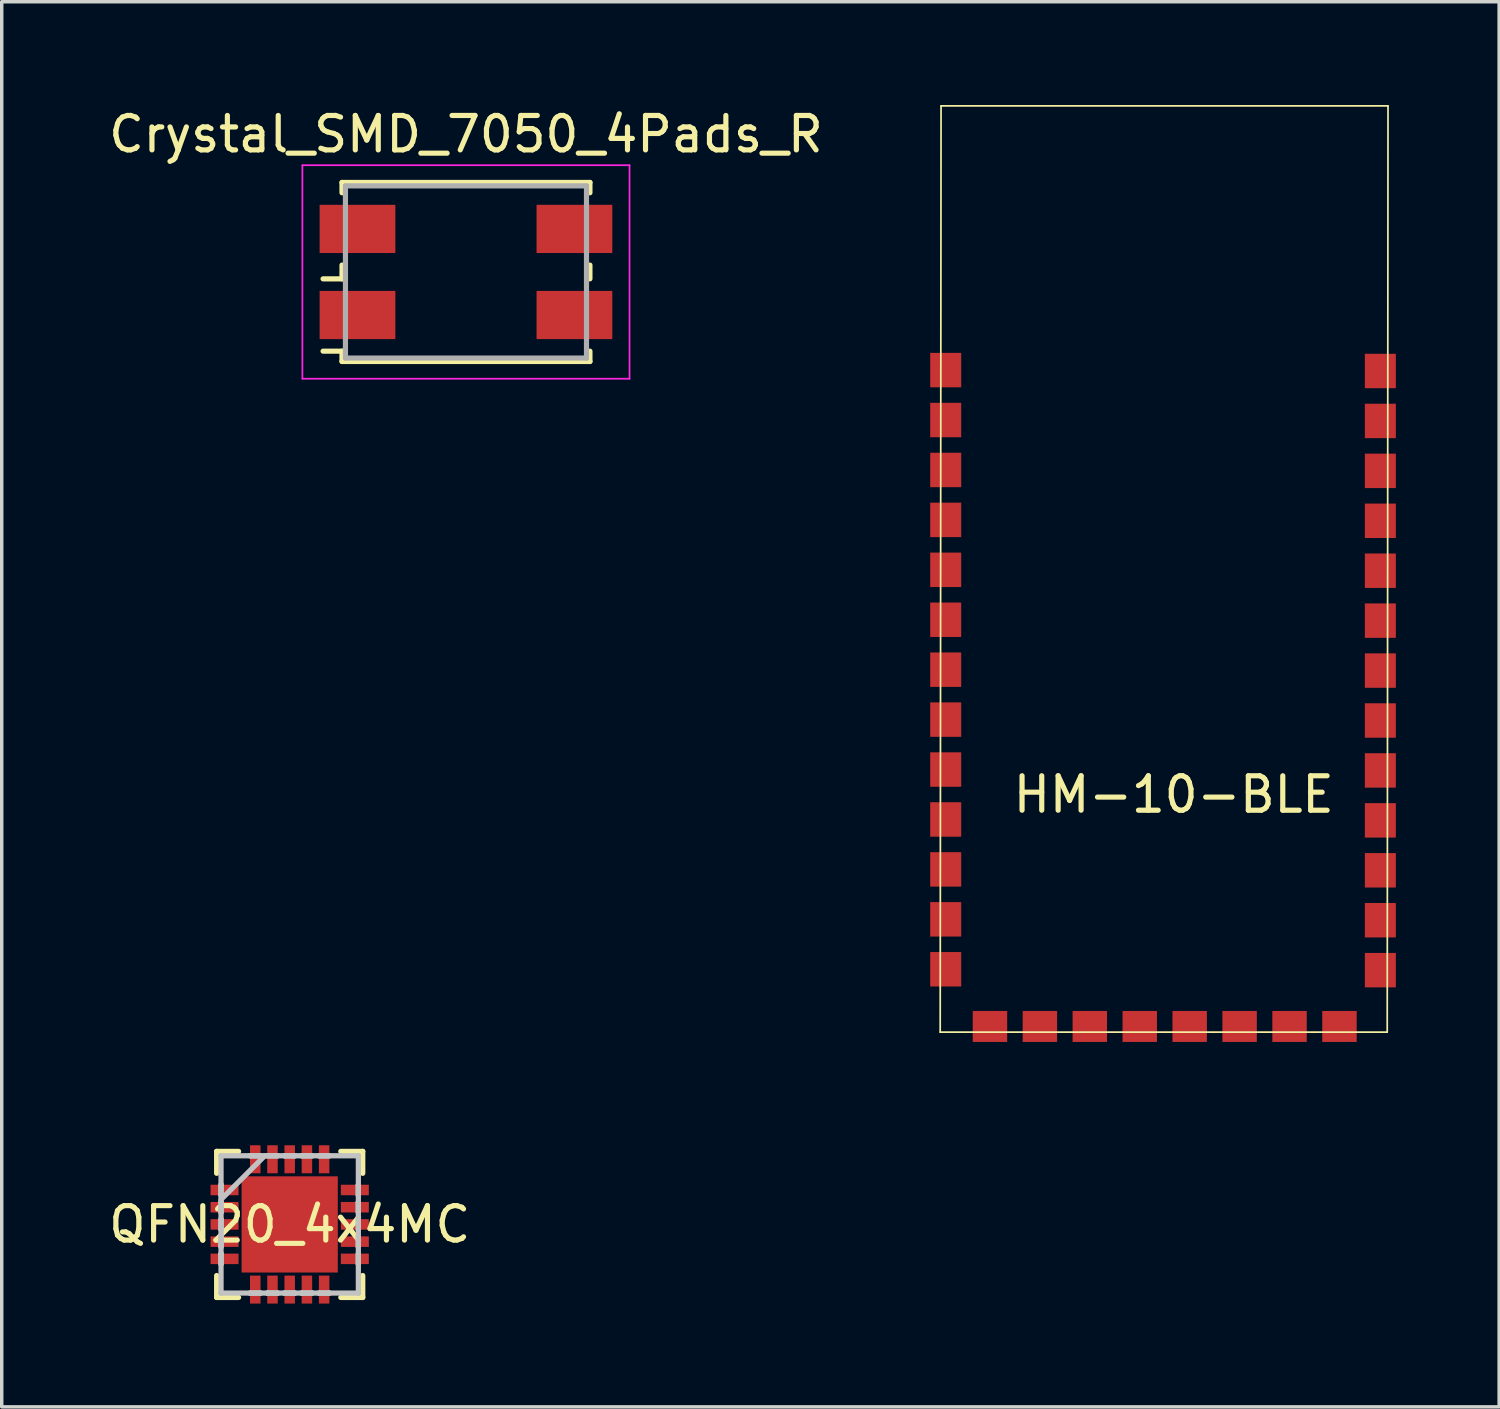
<source format=kicad_pcb>
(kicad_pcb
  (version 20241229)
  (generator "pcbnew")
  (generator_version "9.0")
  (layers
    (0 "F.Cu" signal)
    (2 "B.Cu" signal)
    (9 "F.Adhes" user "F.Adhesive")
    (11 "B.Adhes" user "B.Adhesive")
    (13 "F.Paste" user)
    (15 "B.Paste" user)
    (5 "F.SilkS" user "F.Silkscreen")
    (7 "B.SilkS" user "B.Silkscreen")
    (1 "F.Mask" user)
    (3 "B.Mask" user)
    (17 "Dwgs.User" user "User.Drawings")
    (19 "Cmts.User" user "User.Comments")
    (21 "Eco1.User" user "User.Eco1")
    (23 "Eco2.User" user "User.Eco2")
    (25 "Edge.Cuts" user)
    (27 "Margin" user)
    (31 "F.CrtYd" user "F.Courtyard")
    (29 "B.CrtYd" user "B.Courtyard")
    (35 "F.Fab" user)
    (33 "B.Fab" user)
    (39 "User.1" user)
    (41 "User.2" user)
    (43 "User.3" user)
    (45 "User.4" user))
  (footprint "QFN20_4x4MC"
    (layer "F.Cu")
    (at 5.363 32.508)
    (property "Reference" "QFN20_4x4MC" (at 0 0 0) (layer "F.SilkS") (effects (font (size 1 1) (thickness 0.15))))
    (attr through_hole)
    (fp_line (start -2.121 -2.121) (end -2.121 -1.485) (stroke (width 0.152) (type solid)) (layer "F.SilkS"))
    (fp_line (start -2.121 1.485) (end -2.121 2.121) (stroke (width 0.152) (type solid)) (layer "F.SilkS"))
    (fp_line (start -2.121 2.121) (end -1.485 2.121) (stroke (width 0.152) (type solid)) (layer "F.SilkS"))
    (fp_line (start -1.485 -2.121) (end -2.121 -2.121) (stroke (width 0.152) (type solid)) (layer "F.SilkS"))
    (fp_line (start 1.485 2.121) (end 2.121 2.121) (stroke (width 0.152) (type solid)) (layer "F.SilkS"))
    (fp_line (start 2.121 -2.121) (end 1.485 -2.121) (stroke (width 0.152) (type solid)) (layer "F.SilkS"))
    (fp_line (start 2.121 -1.485) (end 2.121 -2.121) (stroke (width 0.152) (type solid)) (layer "F.SilkS"))
    (fp_line (start 2.121 2.121) (end 2.121 1.485) (stroke (width 0.152) (type solid)) (layer "F.SilkS"))
    (fp_line (start -1.994 -1.994) (end -1.994 -1.994) (stroke (width 0.152) (type solid)) (layer "Dwgs.User"))
    (fp_line (start -1.994 -1.994) (end -1.994 1.994) (stroke (width 0.152) (type solid)) (layer "Dwgs.User"))
    (fp_line (start -1.994 -1.152) (end -1.994 -1.152) (stroke (width 0.152) (type solid)) (layer "Dwgs.User"))
    (fp_line (start -1.994 -1.152) (end -1.994 -0.848) (stroke (width 0.152) (type solid)) (layer "Dwgs.User"))
    (fp_line (start -1.994 -0.848) (end -1.994 -1.152) (stroke (width 0.152) (type solid)) (layer "Dwgs.User"))
    (fp_line (start -1.994 -0.848) (end -1.994 -0.848) (stroke (width 0.152) (type solid)) (layer "Dwgs.User"))
    (fp_line (start -1.994 -0.724) (end -0.724 -1.994) (stroke (width 0.152) (type solid)) (layer "Dwgs.User"))
    (fp_line (start -1.994 -0.652) (end -1.994 -0.652) (stroke (width 0.152) (type solid)) (layer "Dwgs.User"))
    (fp_line (start -1.994 -0.652) (end -1.994 -0.348) (stroke (width 0.152) (type solid)) (layer "Dwgs.User"))
    (fp_line (start -1.994 -0.348) (end -1.994 -0.652) (stroke (width 0.152) (type solid)) (layer "Dwgs.User"))
    (fp_line (start -1.994 -0.348) (end -1.994 -0.348) (stroke (width 0.152) (type solid)) (layer "Dwgs.User"))
    (fp_line (start -1.994 -0.152) (end -1.994 -0.152) (stroke (width 0.152) (type solid)) (layer "Dwgs.User"))
    (fp_line (start -1.994 -0.152) (end -1.994 0.152) (stroke (width 0.152) (type solid)) (layer "Dwgs.User"))
    (fp_line (start -1.994 0.152) (end -1.994 -0.152) (stroke (width 0.152) (type solid)) (layer "Dwgs.User"))
    (fp_line (start -1.994 0.152) (end -1.994 0.152) (stroke (width 0.152) (type solid)) (layer "Dwgs.User"))
    (fp_line (start -1.994 0.348) (end -1.994 0.348) (stroke (width 0.152) (type solid)) (layer "Dwgs.User"))
    (fp_line (start -1.994 0.348) (end -1.994 0.652) (stroke (width 0.152) (type solid)) (layer "Dwgs.User"))
    (fp_line (start -1.994 0.652) (end -1.994 0.348) (stroke (width 0.152) (type solid)) (layer "Dwgs.User"))
    (fp_line (start -1.994 0.652) (end -1.994 0.652) (stroke (width 0.152) (type solid)) (layer "Dwgs.User"))
    (fp_line (start -1.994 0.848) (end -1.994 0.848) (stroke (width 0.152) (type solid)) (layer "Dwgs.User"))
    (fp_line (start -1.994 0.848) (end -1.994 1.152) (stroke (width 0.152) (type solid)) (layer "Dwgs.User"))
    (fp_line (start -1.994 1.152) (end -1.994 0.848) (stroke (width 0.152) (type solid)) (layer "Dwgs.User"))
    (fp_line (start -1.994 1.152) (end -1.994 1.152) (stroke (width 0.152) (type solid)) (layer "Dwgs.User"))
    (fp_line (start -1.994 1.994) (end -1.994 1.994) (stroke (width 0.152) (type solid)) (layer "Dwgs.User"))
    (fp_line (start -1.994 1.994) (end 1.994 1.994) (stroke (width 0.152) (type solid)) (layer "Dwgs.User"))
    (fp_line (start -1.152 -1.994) (end -1.152 -1.994) (stroke (width 0.152) (type solid)) (layer "Dwgs.User"))
    (fp_line (start -1.152 -1.994) (end -0.848 -1.994) (stroke (width 0.152) (type solid)) (layer "Dwgs.User"))
    (fp_line (start -1.152 1.994) (end -1.152 1.994) (stroke (width 0.152) (type solid)) (layer "Dwgs.User"))
    (fp_line (start -1.152 1.994) (end -0.848 1.994) (stroke (width 0.152) (type solid)) (layer "Dwgs.User"))
    (fp_line (start -0.848 -1.994) (end -1.152 -1.994) (stroke (width 0.152) (type solid)) (layer "Dwgs.User"))
    (fp_line (start -0.848 -1.994) (end -0.848 -1.994) (stroke (width 0.152) (type solid)) (layer "Dwgs.User"))
    (fp_line (start -0.848 1.994) (end -1.152 1.994) (stroke (width 0.152) (type solid)) (layer "Dwgs.User"))
    (fp_line (start -0.848 1.994) (end -0.848 1.994) (stroke (width 0.152) (type solid)) (layer "Dwgs.User"))
    (fp_line (start -0.652 -1.994) (end -0.652 -1.994) (stroke (width 0.152) (type solid)) (layer "Dwgs.User"))
    (fp_line (start -0.652 -1.994) (end -0.348 -1.994) (stroke (width 0.152) (type solid)) (layer "Dwgs.User"))
    (fp_line (start -0.652 1.994) (end -0.652 1.994) (stroke (width 0.152) (type solid)) (layer "Dwgs.User"))
    (fp_line (start -0.652 1.994) (end -0.348 1.994) (stroke (width 0.152) (type solid)) (layer "Dwgs.User"))
    (fp_line (start -0.348 -1.994) (end -0.652 -1.994) (stroke (width 0.152) (type solid)) (layer "Dwgs.User"))
    (fp_line (start -0.348 -1.994) (end -0.348 -1.994) (stroke (width 0.152) (type solid)) (layer "Dwgs.User"))
    (fp_line (start -0.348 1.994) (end -0.652 1.994) (stroke (width 0.152) (type solid)) (layer "Dwgs.User"))
    (fp_line (start -0.348 1.994) (end -0.348 1.994) (stroke (width 0.152) (type solid)) (layer "Dwgs.User"))
    (fp_line (start -0.152 -1.994) (end -0.152 -1.994) (stroke (width 0.152) (type solid)) (layer "Dwgs.User"))
    (fp_line (start -0.152 -1.994) (end 0.152 -1.994) (stroke (width 0.152) (type solid)) (layer "Dwgs.User"))
    (fp_line (start -0.152 1.994) (end -0.152 1.994) (stroke (width 0.152) (type solid)) (layer "Dwgs.User"))
    (fp_line (start -0.152 1.994) (end 0.152 1.994) (stroke (width 0.152) (type solid)) (layer "Dwgs.User"))
    (fp_line (start 0.152 -1.994) (end -0.152 -1.994) (stroke (width 0.152) (type solid)) (layer "Dwgs.User"))
    (fp_line (start 0.152 -1.994) (end 0.152 -1.994) (stroke (width 0.152) (type solid)) (layer "Dwgs.User"))
    (fp_line (start 0.152 1.994) (end -0.152 1.994) (stroke (width 0.152) (type solid)) (layer "Dwgs.User"))
    (fp_line (start 0.152 1.994) (end 0.152 1.994) (stroke (width 0.152) (type solid)) (layer "Dwgs.User"))
    (fp_line (start 0.348 -1.994) (end 0.348 -1.994) (stroke (width 0.152) (type solid)) (layer "Dwgs.User"))
    (fp_line (start 0.348 -1.994) (end 0.652 -1.994) (stroke (width 0.152) (type solid)) (layer "Dwgs.User"))
    (fp_line (start 0.348 1.994) (end 0.348 1.994) (stroke (width 0.152) (type solid)) (layer "Dwgs.User"))
    (fp_line (start 0.348 1.994) (end 0.652 1.994) (stroke (width 0.152) (type solid)) (layer "Dwgs.User"))
    (fp_line (start 0.652 -1.994) (end 0.348 -1.994) (stroke (width 0.152) (type solid)) (layer "Dwgs.User"))
    (fp_line (start 0.652 -1.994) (end 0.652 -1.994) (stroke (width 0.152) (type solid)) (layer "Dwgs.User"))
    (fp_line (start 0.652 1.994) (end 0.348 1.994) (stroke (width 0.152) (type solid)) (layer "Dwgs.User"))
    (fp_line (start 0.652 1.994) (end 0.652 1.994) (stroke (width 0.152) (type solid)) (layer "Dwgs.User"))
    (fp_line (start 0.848 -1.994) (end 0.848 -1.994) (stroke (width 0.152) (type solid)) (layer "Dwgs.User"))
    (fp_line (start 0.848 -1.994) (end 1.152 -1.994) (stroke (width 0.152) (type solid)) (layer "Dwgs.User"))
    (fp_line (start 0.848 1.994) (end 0.848 1.994) (stroke (width 0.152) (type solid)) (layer "Dwgs.User"))
    (fp_line (start 0.848 1.994) (end 1.152 1.994) (stroke (width 0.152) (type solid)) (layer "Dwgs.User"))
    (fp_line (start 1.152 -1.994) (end 0.848 -1.994) (stroke (width 0.152) (type solid)) (layer "Dwgs.User"))
    (fp_line (start 1.152 -1.994) (end 1.152 -1.994) (stroke (width 0.152) (type solid)) (layer "Dwgs.User"))
    (fp_line (start 1.152 1.994) (end 0.848 1.994) (stroke (width 0.152) (type solid)) (layer "Dwgs.User"))
    (fp_line (start 1.152 1.994) (end 1.152 1.994) (stroke (width 0.152) (type solid)) (layer "Dwgs.User"))
    (fp_line (start 1.994 -1.994) (end -1.994 -1.994) (stroke (width 0.152) (type solid)) (layer "Dwgs.User"))
    (fp_line (start 1.994 -1.994) (end 1.994 -1.994) (stroke (width 0.152) (type solid)) (layer "Dwgs.User"))
    (fp_line (start 1.994 -1.152) (end 1.994 -1.152) (stroke (width 0.152) (type solid)) (layer "Dwgs.User"))
    (fp_line (start 1.994 -1.152) (end 1.994 -0.848) (stroke (width 0.152) (type solid)) (layer "Dwgs.User"))
    (fp_line (start 1.994 -0.848) (end 1.994 -1.152) (stroke (width 0.152) (type solid)) (layer "Dwgs.User"))
    (fp_line (start 1.994 -0.848) (end 1.994 -0.848) (stroke (width 0.152) (type solid)) (layer "Dwgs.User"))
    (fp_line (start 1.994 -0.652) (end 1.994 -0.652) (stroke (width 0.152) (type solid)) (layer "Dwgs.User"))
    (fp_line (start 1.994 -0.652) (end 1.994 -0.348) (stroke (width 0.152) (type solid)) (layer "Dwgs.User"))
    (fp_line (start 1.994 -0.348) (end 1.994 -0.652) (stroke (width 0.152) (type solid)) (layer "Dwgs.User"))
    (fp_line (start 1.994 -0.348) (end 1.994 -0.348) (stroke (width 0.152) (type solid)) (layer "Dwgs.User"))
    (fp_line (start 1.994 -0.152) (end 1.994 -0.152) (stroke (width 0.152) (type solid)) (layer "Dwgs.User"))
    (fp_line (start 1.994 -0.152) (end 1.994 0.152) (stroke (width 0.152) (type solid)) (layer "Dwgs.User"))
    (fp_line (start 1.994 0.152) (end 1.994 -0.152) (stroke (width 0.152) (type solid)) (layer "Dwgs.User"))
    (fp_line (start 1.994 0.152) (end 1.994 0.152) (stroke (width 0.152) (type solid)) (layer "Dwgs.User"))
    (fp_line (start 1.994 0.348) (end 1.994 0.348) (stroke (width 0.152) (type solid)) (layer "Dwgs.User"))
    (fp_line (start 1.994 0.348) (end 1.994 0.652) (stroke (width 0.152) (type solid)) (layer "Dwgs.User"))
    (fp_line (start 1.994 0.652) (end 1.994 0.348) (stroke (width 0.152) (type solid)) (layer "Dwgs.User"))
    (fp_line (start 1.994 0.652) (end 1.994 0.652) (stroke (width 0.152) (type solid)) (layer "Dwgs.User"))
    (fp_line (start 1.994 0.848) (end 1.994 0.848) (stroke (width 0.152) (type solid)) (layer "Dwgs.User"))
    (fp_line (start 1.994 0.848) (end 1.994 1.152) (stroke (width 0.152) (type solid)) (layer "Dwgs.User"))
    (fp_line (start 1.994 1.152) (end 1.994 0.848) (stroke (width 0.152) (type solid)) (layer "Dwgs.User"))
    (fp_line (start 1.994 1.152) (end 1.994 1.152) (stroke (width 0.152) (type solid)) (layer "Dwgs.User"))
    (fp_line (start 1.994 1.994) (end 1.994 -1.994) (stroke (width 0.152) (type solid)) (layer "Dwgs.User"))
    (fp_line (start 1.994 1.994) (end 1.994 1.994) (stroke (width 0.152) (type solid)) (layer "Dwgs.User"))
    (pad "1" smd rect (at -1.892 -1 90) (size 0.305 0.813) (layers "F.Cu" "F.Mask" "F.Paste"))
    (pad "2" smd rect (at -1.892 -0.5 90) (size 0.305 0.813) (layers "F.Cu" "F.Mask" "F.Paste"))
    (pad "3" smd rect (at -1.892 0 90) (size 0.305 0.813) (layers "F.Cu" "F.Mask" "F.Paste"))
    (pad "4" smd rect (at -1.892 0.5 90) (size 0.305 0.813) (layers "F.Cu" "F.Mask" "F.Paste"))
    (pad "5" smd rect (at -1.892 1 90) (size 0.305 0.813) (layers "F.Cu" "F.Mask" "F.Paste"))
    (pad "6" smd rect (at -1 1.892) (size 0.305 0.813) (layers "F.Cu" "F.Mask" "F.Paste"))
    (pad "7" smd rect (at -0.5 1.892) (size 0.305 0.813) (layers "F.Cu" "F.Mask" "F.Paste"))
    (pad "8" smd rect (at 0 1.892) (size 0.305 0.813) (layers "F.Cu" "F.Mask" "F.Paste"))
    (pad "9" smd rect (at 0.5 1.892) (size 0.305 0.813) (layers "F.Cu" "F.Mask" "F.Paste"))
    (pad "10" smd rect (at 1 1.892) (size 0.305 0.813) (layers "F.Cu" "F.Mask" "F.Paste"))
    (pad "11" smd rect (at 1.892 1 90) (size 0.305 0.813) (layers "F.Cu" "F.Mask" "F.Paste"))
    (pad "12" smd rect (at 1.892 0.5 90) (size 0.305 0.813) (layers "F.Cu" "F.Mask" "F.Paste"))
    (pad "13" smd rect (at 1.892 0 90) (size 0.305 0.813) (layers "F.Cu" "F.Mask" "F.Paste"))
    (pad "14" smd rect (at 1.892 -0.5 90) (size 0.305 0.813) (layers "F.Cu" "F.Mask" "F.Paste"))
    (pad "15" smd rect (at 1.892 -1 90) (size 0.305 0.813) (layers "F.Cu" "F.Mask" "F.Paste"))
    (pad "16" smd rect (at 1 -1.892) (size 0.305 0.813) (layers "F.Cu" "F.Mask" "F.Paste"))
    (pad "17" smd rect (at 0.5 -1.892) (size 0.305 0.813) (layers "F.Cu" "F.Mask" "F.Paste"))
    (pad "18" smd rect (at 0 -1.892) (size 0.305 0.813) (layers "F.Cu" "F.Mask" "F.Paste"))
    (pad "19" smd rect (at -0.5 -1.892) (size 0.305 0.813) (layers "F.Cu" "F.Mask" "F.Paste"))
    (pad "20" smd rect (at -1 -1.892) (size 0.305 0.813) (layers "F.Cu" "F.Mask" "F.Paste"))
    (pad "21" smd rect (at 0 0) (size 2.794 2.794) (layers "F.Cu" "F.Mask" "F.Paste")))
  (footprint "Crystal_SMD_7050_4Pads_R"
    (layer "F.Cu")
    (at 10.482 4.848)
    (property "Reference" "Crystal_SMD_7050_4Pads_R" (at 0 -4 0) (layer "F.SilkS") (effects (font (size 1 1) (thickness 0.15))))
    (attr smd)
    (fp_line (start -3.6 -2.6) (end -3.6 -2.3) (stroke (width 0.15) (type solid)) (layer "F.SilkS"))
    (fp_line (start -3.6 -2.6) (end 3.6 -2.6) (stroke (width 0.15) (type solid)) (layer "F.SilkS"))
    (fp_line (start -3.6 0.2) (end -4.15 0.2) (stroke (width 0.15) (type solid)) (layer "F.SilkS"))
    (fp_line (start -3.6 0.2) (end -3.6 -0.2) (stroke (width 0.15) (type solid)) (layer "F.SilkS"))
    (fp_line (start -3.6 2.3) (end -4.15 2.3) (stroke (width 0.15) (type solid)) (layer "F.SilkS"))
    (fp_line (start -3.6 2.6) (end -3.6 2.3) (stroke (width 0.15) (type solid)) (layer "F.SilkS"))
    (fp_line (start -3.6 2.6) (end 3.6 2.6) (stroke (width 0.15) (type solid)) (layer "F.SilkS"))
    (fp_line (start 3.6 -2.6) (end 3.6 -2.3) (stroke (width 0.15) (type solid)) (layer "F.SilkS"))
    (fp_line (start 3.6 0.2) (end 3.6 -0.2) (stroke (width 0.15) (type solid)) (layer "F.SilkS"))
    (fp_line (start 3.6 2.6) (end 3.6 2.3) (stroke (width 0.15) (type solid)) (layer "F.SilkS"))
    (fp_line (start -4.75 -3.1) (end -4.75 3.1) (stroke (width 0.05) (type solid)) (layer "F.CrtYd"))
    (fp_line (start 4.75 -3.1) (end -4.75 -3.1) (stroke (width 0.05) (type solid)) (layer "F.CrtYd"))
    (fp_line (start 4.75 -3.1) (end 4.75 3.1) (stroke (width 0.05) (type solid)) (layer "F.CrtYd"))
    (fp_line (start 4.75 3.1) (end -4.75 3.1) (stroke (width 0.05) (type solid)) (layer "F.CrtYd"))
    (fp_line (start -3.5 -2.5) (end 3.5 -2.5) (stroke (width 0.15) (type solid)) (layer "F.Fab"))
    (fp_line (start -3.5 2.5) (end -3.5 -2.5) (stroke (width 0.15) (type solid)) (layer "F.Fab"))
    (fp_line (start 3.5 -2.5) (end 3.5 2.5) (stroke (width 0.15) (type solid)) (layer "F.Fab"))
    (fp_line (start 3.5 2.5) (end -3.5 2.5) (stroke (width 0.15) (type solid)) (layer "F.Fab"))
    (pad "1" smd rect (at -3.15 1.25) (size 2.2 1.4) (layers "F.Cu" "F.Mask" "F.Paste"))
    (pad "2" smd rect (at 3.15 1.25) (size 2.2 1.4) (layers "F.Cu" "F.Mask" "F.Paste"))
    (pad "3" smd rect (at 3.15 -1.25) (size 2.2 1.4) (layers "F.Cu" "F.Mask" "F.Paste"))
    (pad "4" smd rect (at -3.15 -1.25) (size 2.2 1.4) (layers "F.Cu" "F.Mask" "F.Paste")))
  (footprint "HM-10-BLE"
    (layer "F.Cu")
    (at 30.452 15.479)
    (property "Reference" "HM-10-BLE" (at 0.584 4.545 180) (layer "F.SilkS") (effects (font (size 1 1) (thickness 0.15))))
    (attr through_hole)
    (fp_line (start -6.198 11.445) (end -6.173 -15.454) (stroke (width 0.05) (type solid)) (layer "F.SilkS"))
    (fp_line (start -6.198 11.445) (end 6.781 11.445) (stroke (width 0.05) (type solid)) (layer "F.SilkS"))
    (fp_line (start -6.173 -15.454) (end 6.807 -15.454) (stroke (width 0.05) (type solid)) (layer "F.SilkS"))
    (fp_line (start 6.807 -15.454) (end 6.784 11.445) (stroke (width 0.05) (type solid)) (layer "F.SilkS"))
    (pad "1" smd rect (at -6.038 -7.781 180) (size 0.9 1) (layers "F.Cu" "F.Mask" "F.Paste"))
    (pad "2" smd rect (at -6.038 -6.331) (size 0.9 1) (layers "F.Cu" "F.Mask" "F.Paste"))
    (pad "3" smd rect (at -6.038 -4.881) (size 0.9 1) (layers "F.Cu" "F.Mask" "F.Paste"))
    (pad "4" smd rect (at -6.038 -3.431) (size 0.9 1) (layers "F.Cu" "F.Mask" "F.Paste"))
    (pad "5" smd rect (at -6.038 -1.981) (size 0.9 1) (layers "F.Cu" "F.Mask" "F.Paste"))
    (pad "6" smd rect (at -6.038 -0.531) (size 0.9 1) (layers "F.Cu" "F.Mask" "F.Paste"))
    (pad "7" smd rect (at -6.038 0.919) (size 0.9 1) (layers "F.Cu" "F.Mask" "F.Paste"))
    (pad "8" smd rect (at -6.038 2.369) (size 0.9 1) (layers "F.Cu" "F.Mask" "F.Paste"))
    (pad "9" smd rect (at -6.038 3.819) (size 0.9 1) (layers "F.Cu" "F.Mask" "F.Paste"))
    (pad "10" smd rect (at -6.038 5.269) (size 0.9 1) (layers "F.Cu" "F.Mask" "F.Paste"))
    (pad "11" smd rect (at -6.038 6.719) (size 0.9 1) (layers "F.Cu" "F.Mask" "F.Paste"))
    (pad "12" smd rect (at -6.038 8.169) (size 0.9 1) (layers "F.Cu" "F.Mask" "F.Paste"))
    (pad "13" smd rect (at -6.038 9.619) (size 0.9 1) (layers "F.Cu" "F.Mask" "F.Paste"))
    (pad "14" smd rect (at -4.753 11.28 270) (size 0.9 1) (layers "F.Cu" "F.Mask" "F.Paste"))
    (pad "15" smd rect (at -3.303 11.28 90) (size 0.9 1) (layers "F.Cu" "F.Mask" "F.Paste"))
    (pad "16" smd rect (at -1.853 11.28 90) (size 0.9 1) (layers "F.Cu" "F.Mask" "F.Paste"))
    (pad "17" smd rect (at -0.403 11.28 90) (size 0.9 1) (layers "F.Cu" "F.Mask" "F.Paste"))
    (pad "18" smd rect (at 1.047 11.28 90) (size 0.9 1) (layers "F.Cu" "F.Mask" "F.Paste"))
    (pad "19" smd rect (at 2.497 11.28 90) (size 0.9 1) (layers "F.Cu" "F.Mask" "F.Paste"))
    (pad "20" smd rect (at 3.947 11.28 90) (size 0.9 1) (layers "F.Cu" "F.Mask" "F.Paste"))
    (pad "21" smd rect (at 5.397 11.28 90) (size 0.9 1) (layers "F.Cu" "F.Mask" "F.Paste"))
    (pad "22" smd rect (at 6.584 9.645 180) (size 0.9 1) (layers "F.Cu" "F.Mask" "F.Paste"))
    (pad "23" smd rect (at 6.584 8.195 180) (size 0.9 1) (layers "F.Cu" "F.Mask" "F.Paste"))
    (pad "24" smd rect (at 6.584 6.745 180) (size 0.9 1) (layers "F.Cu" "F.Mask" "F.Paste"))
    (pad "25" smd rect (at 6.584 5.295 180) (size 0.9 1) (layers "F.Cu" "F.Mask" "F.Paste"))
    (pad "26" smd rect (at 6.584 3.845 180) (size 0.9 1) (layers "F.Cu" "F.Mask" "F.Paste"))
    (pad "27" smd rect (at 6.584 2.395 180) (size 0.9 1) (layers "F.Cu" "F.Mask" "F.Paste"))
    (pad "28" smd rect (at 6.584 0.945 180) (size 0.9 1) (layers "F.Cu" "F.Mask" "F.Paste"))
    (pad "29" smd rect (at 6.584 -0.505 180) (size 0.9 1) (layers "F.Cu" "F.Mask" "F.Paste"))
    (pad "30" smd rect (at 6.584 -1.955 180) (size 0.9 1) (layers "F.Cu" "F.Mask" "F.Paste"))
    (pad "31" smd rect (at 6.584 -3.405 180) (size 0.9 1) (layers "F.Cu" "F.Mask" "F.Paste"))
    (pad "32" smd rect (at 6.584 -4.855 180) (size 0.9 1) (layers "F.Cu" "F.Mask" "F.Paste"))
    (pad "33" smd rect (at 6.584 -6.305 180) (size 0.9 1) (layers "F.Cu" "F.Mask" "F.Paste"))
    (pad "34" smd rect (at 6.584 -7.755 180) (size 0.9 1) (layers "F.Cu" "F.Mask" "F.Paste")))
  (gr_rect
    (start -3 -3)
    (end 40.486 37.806)
    (stroke (width 0.1) (type default))
    (fill no)
    (layer "Edge.Cuts")))
</source>
